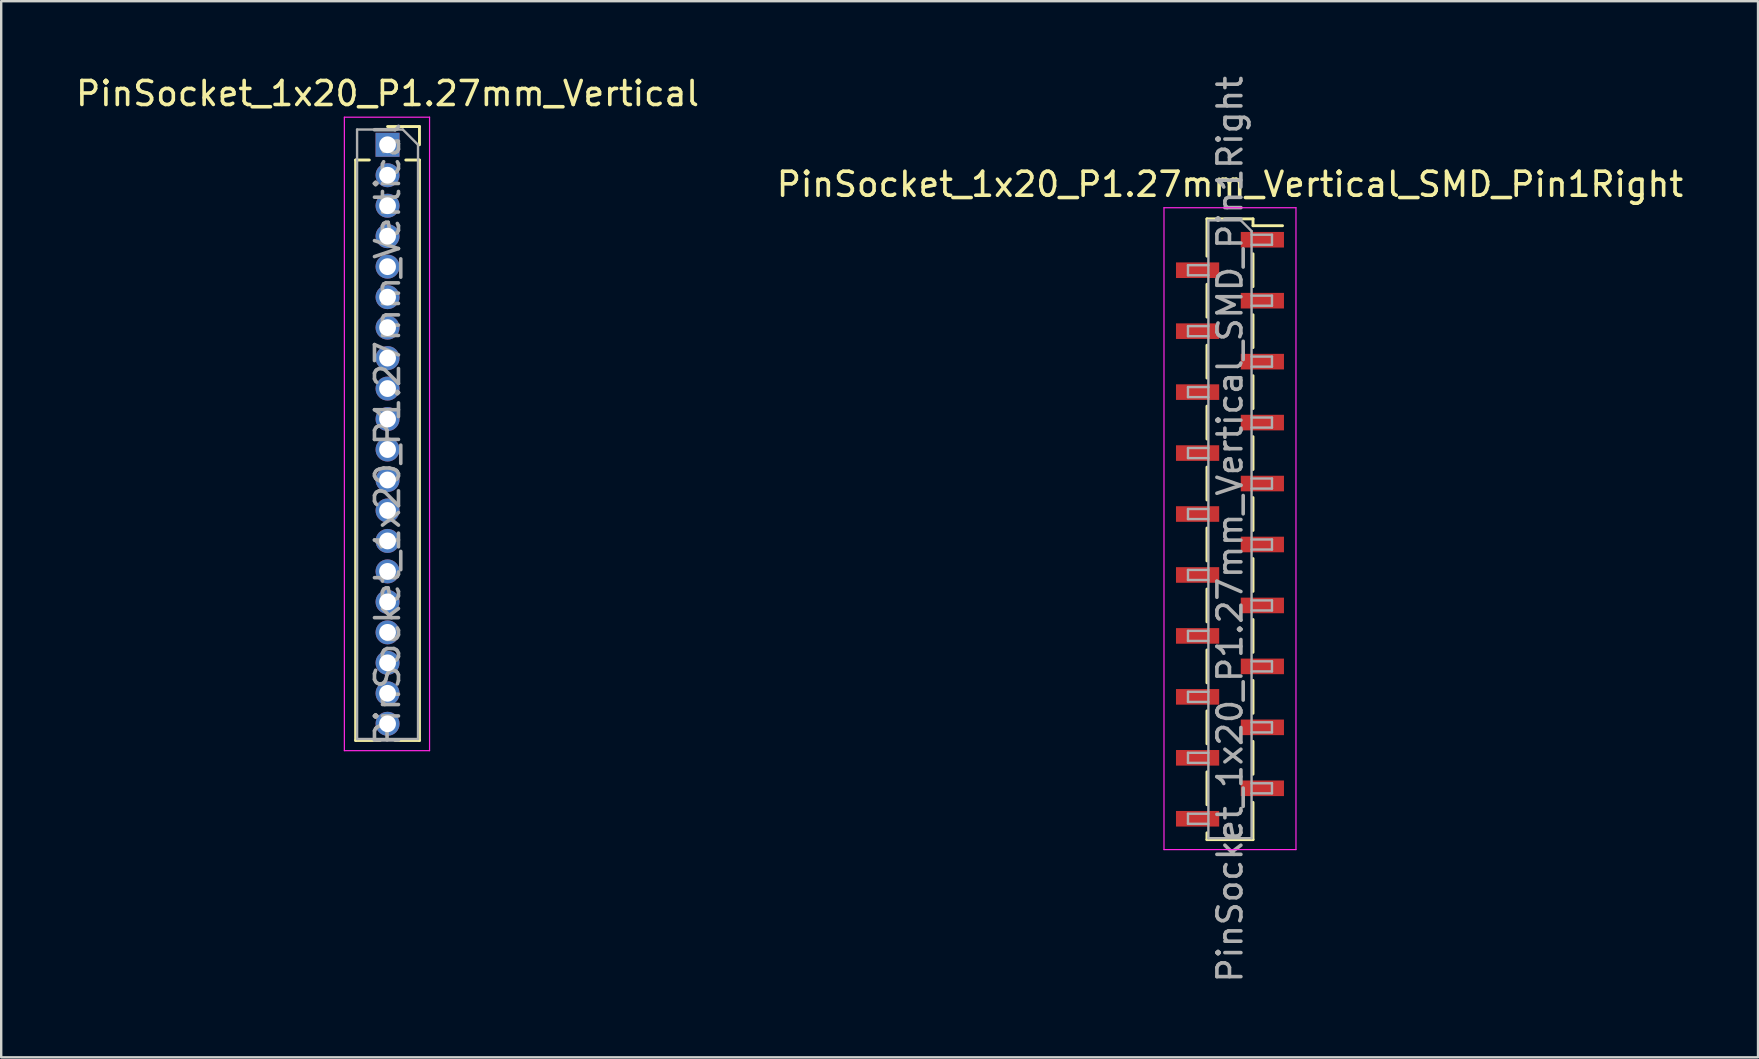
<source format=kicad_pcb>
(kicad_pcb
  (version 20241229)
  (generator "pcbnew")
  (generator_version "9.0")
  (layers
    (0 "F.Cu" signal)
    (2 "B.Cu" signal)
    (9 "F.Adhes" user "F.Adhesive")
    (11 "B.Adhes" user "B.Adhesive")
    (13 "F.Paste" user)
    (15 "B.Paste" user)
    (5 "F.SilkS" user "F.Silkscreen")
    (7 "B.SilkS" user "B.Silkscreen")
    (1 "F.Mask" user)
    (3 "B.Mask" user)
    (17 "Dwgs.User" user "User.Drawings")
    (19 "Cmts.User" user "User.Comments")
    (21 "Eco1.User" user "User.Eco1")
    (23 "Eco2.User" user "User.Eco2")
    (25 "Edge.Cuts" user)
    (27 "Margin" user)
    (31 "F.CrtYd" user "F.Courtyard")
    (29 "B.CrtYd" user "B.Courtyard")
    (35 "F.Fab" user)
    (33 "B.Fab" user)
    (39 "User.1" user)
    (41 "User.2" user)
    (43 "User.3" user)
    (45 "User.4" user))
  (footprint "PinSocket_1x20_P1.27mm_Vertical"
    (layer "F.Cu")
    (at 13.101 2.983)
    (property "Reference" "PinSocket_1x20_P1.27mm_Vertical" (at 0 -2.135 0) (layer "F.SilkS") (effects (font (size 1 1) (thickness 0.15))))
    (attr through_hole)
    (fp_line (start -1.33 0.635) (end -1.33 24.825) (stroke (width 0.12) (type solid)) (layer "F.SilkS"))
    (fp_line (start -1.33 0.635) (end -0.76 0.635) (stroke (width 0.12) (type solid)) (layer "F.SilkS"))
    (fp_line (start -1.33 24.825) (end -0.308 24.825) (stroke (width 0.12) (type solid)) (layer "F.SilkS"))
    (fp_line (start 0 -0.76) (end 1.33 -0.76) (stroke (width 0.12) (type solid)) (layer "F.SilkS"))
    (fp_line (start 0.308 24.825) (end 1.33 24.825) (stroke (width 0.12) (type solid)) (layer "F.SilkS"))
    (fp_line (start 0.76 0.635) (end 1.33 0.635) (stroke (width 0.12) (type solid)) (layer "F.SilkS"))
    (fp_line (start 1.33 -0.76) (end 1.33 0) (stroke (width 0.12) (type solid)) (layer "F.SilkS"))
    (fp_line (start 1.33 0.635) (end 1.33 24.825) (stroke (width 0.12) (type solid)) (layer "F.SilkS"))
    (fp_line (start -1.8 -1.15) (end 1.75 -1.15) (stroke (width 0.05) (type solid)) (layer "F.CrtYd"))
    (fp_line (start -1.8 25.25) (end -1.8 -1.15) (stroke (width 0.05) (type solid)) (layer "F.CrtYd"))
    (fp_line (start 1.75 -1.15) (end 1.75 25.25) (stroke (width 0.05) (type solid)) (layer "F.CrtYd"))
    (fp_line (start 1.75 25.25) (end -1.8 25.25) (stroke (width 0.05) (type solid)) (layer "F.CrtYd"))
    (fp_line (start -1.27 -0.635) (end 0.635 -0.635) (stroke (width 0.1) (type solid)) (layer "F.Fab"))
    (fp_line (start -1.27 24.765) (end -1.27 -0.635) (stroke (width 0.1) (type solid)) (layer "F.Fab"))
    (fp_line (start 0.635 -0.635) (end 1.27 0) (stroke (width 0.1) (type solid)) (layer "F.Fab"))
    (fp_line (start 1.27 0) (end 1.27 24.765) (stroke (width 0.1) (type solid)) (layer "F.Fab"))
    (fp_line (start 1.27 24.765) (end -1.27 24.765) (stroke (width 0.1) (type solid)) (layer "F.Fab"))
    (fp_text user "${REFERENCE}" (at 0 12.065 90) (layer "F.Fab") (effects (font (size 1 1) (thickness 0.15))))
    (pad "1" thru_hole rect (at 0 0) (size 1 1) (drill 0.7) (layers "*.Cu" "*.Mask"))
    (pad "2" thru_hole circle (at 0 1.27) (size 1 1) (drill 0.7) (layers "*.Cu" "*.Mask"))
    (pad "3" thru_hole circle (at 0 2.54) (size 1 1) (drill 0.7) (layers "*.Cu" "*.Mask"))
    (pad "4" thru_hole circle (at 0 3.81) (size 1 1) (drill 0.7) (layers "*.Cu" "*.Mask"))
    (pad "5" thru_hole circle (at 0 5.08) (size 1 1) (drill 0.7) (layers "*.Cu" "*.Mask"))
    (pad "6" thru_hole circle (at 0 6.35) (size 1 1) (drill 0.7) (layers "*.Cu" "*.Mask"))
    (pad "7" thru_hole circle (at 0 7.62) (size 1 1) (drill 0.7) (layers "*.Cu" "*.Mask"))
    (pad "8" thru_hole circle (at 0 8.89) (size 1 1) (drill 0.7) (layers "*.Cu" "*.Mask"))
    (pad "9" thru_hole circle (at 0 10.16) (size 1 1) (drill 0.7) (layers "*.Cu" "*.Mask"))
    (pad "10" thru_hole circle (at 0 11.43) (size 1 1) (drill 0.7) (layers "*.Cu" "*.Mask"))
    (pad "11" thru_hole circle (at 0 12.7) (size 1 1) (drill 0.7) (layers "*.Cu" "*.Mask"))
    (pad "12" thru_hole circle (at 0 13.97) (size 1 1) (drill 0.7) (layers "*.Cu" "*.Mask"))
    (pad "13" thru_hole circle (at 0 15.24) (size 1 1) (drill 0.7) (layers "*.Cu" "*.Mask"))
    (pad "14" thru_hole circle (at 0 16.51) (size 1 1) (drill 0.7) (layers "*.Cu" "*.Mask"))
    (pad "15" thru_hole circle (at 0 17.78) (size 1 1) (drill 0.7) (layers "*.Cu" "*.Mask"))
    (pad "16" thru_hole circle (at 0 19.05) (size 1 1) (drill 0.7) (layers "*.Cu" "*.Mask"))
    (pad "17" thru_hole circle (at 0 20.32) (size 1 1) (drill 0.7) (layers "*.Cu" "*.Mask"))
    (pad "18" thru_hole circle (at 0 21.59) (size 1 1) (drill 0.7) (layers "*.Cu" "*.Mask"))
    (pad "19" thru_hole circle (at 0 22.86) (size 1 1) (drill 0.7) (layers "*.Cu" "*.Mask"))
    (pad "20" thru_hole circle (at 0 24.13) (size 1 1) (drill 0.7) (layers "*.Cu" "*.Mask")))
  (footprint "PinSocket_1x20_P1.27mm_Vertical_SMD_Pin1Right"
    (layer "F.Cu")
    (at 48.208 19.006)
    (property "Reference" "PinSocket_1x20_P1.27mm_Vertical_SMD_Pin1Right" (at 0 -14.375 0) (layer "F.SilkS") (effects (font (size 1 1) (thickness 0.15))))
    (attr smd)
    (fp_line (start -0.96 -12.935) (end -0.96 -11.38) (stroke (width 0.12) (type solid)) (layer "F.SilkS"))
    (fp_line (start -0.96 -12.935) (end 0.96 -12.935) (stroke (width 0.12) (type solid)) (layer "F.SilkS"))
    (fp_line (start -0.96 -10.21) (end -0.96 -8.84) (stroke (width 0.12) (type solid)) (layer "F.SilkS"))
    (fp_line (start -0.96 -7.67) (end -0.96 -6.3) (stroke (width 0.12) (type solid)) (layer "F.SilkS"))
    (fp_line (start -0.96 -5.13) (end -0.96 -3.76) (stroke (width 0.12) (type solid)) (layer "F.SilkS"))
    (fp_line (start -0.96 -2.59) (end -0.96 -1.22) (stroke (width 0.12) (type solid)) (layer "F.SilkS"))
    (fp_line (start -0.96 -0.05) (end -0.96 1.32) (stroke (width 0.12) (type solid)) (layer "F.SilkS"))
    (fp_line (start -0.96 2.49) (end -0.96 3.86) (stroke (width 0.12) (type solid)) (layer "F.SilkS"))
    (fp_line (start -0.96 5.03) (end -0.96 6.4) (stroke (width 0.12) (type solid)) (layer "F.SilkS"))
    (fp_line (start -0.96 7.57) (end -0.96 8.94) (stroke (width 0.12) (type solid)) (layer "F.SilkS"))
    (fp_line (start -0.96 10.11) (end -0.96 11.48) (stroke (width 0.12) (type solid)) (layer "F.SilkS"))
    (fp_line (start -0.96 12.65) (end -0.96 12.935) (stroke (width 0.12) (type solid)) (layer "F.SilkS"))
    (fp_line (start -0.96 12.935) (end 0.96 12.935) (stroke (width 0.12) (type solid)) (layer "F.SilkS"))
    (fp_line (start 0.96 -12.935) (end 0.96 -12.65) (stroke (width 0.12) (type solid)) (layer "F.SilkS"))
    (fp_line (start 0.96 -12.65) (end 2.19 -12.65) (stroke (width 0.12) (type solid)) (layer "F.SilkS"))
    (fp_line (start 0.96 -11.48) (end 0.96 -10.11) (stroke (width 0.12) (type solid)) (layer "F.SilkS"))
    (fp_line (start 0.96 -8.94) (end 0.96 -7.57) (stroke (width 0.12) (type solid)) (layer "F.SilkS"))
    (fp_line (start 0.96 -6.4) (end 0.96 -5.03) (stroke (width 0.12) (type solid)) (layer "F.SilkS"))
    (fp_line (start 0.96 -3.86) (end 0.96 -2.49) (stroke (width 0.12) (type solid)) (layer "F.SilkS"))
    (fp_line (start 0.96 -1.32) (end 0.96 0.05) (stroke (width 0.12) (type solid)) (layer "F.SilkS"))
    (fp_line (start 0.96 1.22) (end 0.96 2.59) (stroke (width 0.12) (type solid)) (layer "F.SilkS"))
    (fp_line (start 0.96 3.76) (end 0.96 5.13) (stroke (width 0.12) (type solid)) (layer "F.SilkS"))
    (fp_line (start 0.96 6.3) (end 0.96 7.67) (stroke (width 0.12) (type solid)) (layer "F.SilkS"))
    (fp_line (start 0.96 8.84) (end 0.96 10.21) (stroke (width 0.12) (type solid)) (layer "F.SilkS"))
    (fp_line (start 0.96 11.38) (end 0.96 12.935) (stroke (width 0.12) (type solid)) (layer "F.SilkS"))
    (fp_line (start -2.75 -13.4) (end 2.75 -13.4) (stroke (width 0.05) (type solid)) (layer "F.CrtYd"))
    (fp_line (start -2.75 13.35) (end -2.75 -13.4) (stroke (width 0.05) (type solid)) (layer "F.CrtYd"))
    (fp_line (start 2.75 -13.4) (end 2.75 13.35) (stroke (width 0.05) (type solid)) (layer "F.CrtYd"))
    (fp_line (start 2.75 13.35) (end -2.75 13.35) (stroke (width 0.05) (type solid)) (layer "F.CrtYd"))
    (fp_line (start -1.75 -11.005) (end -0.9 -11.005) (stroke (width 0.1) (type solid)) (layer "F.Fab"))
    (fp_line (start -1.75 -10.585) (end -1.75 -11.005) (stroke (width 0.1) (type solid)) (layer "F.Fab"))
    (fp_line (start -1.75 -8.465) (end -0.9 -8.465) (stroke (width 0.1) (type solid)) (layer "F.Fab"))
    (fp_line (start -1.75 -8.045) (end -1.75 -8.465) (stroke (width 0.1) (type solid)) (layer "F.Fab"))
    (fp_line (start -1.75 -5.925) (end -0.9 -5.925) (stroke (width 0.1) (type solid)) (layer "F.Fab"))
    (fp_line (start -1.75 -5.505) (end -1.75 -5.925) (stroke (width 0.1) (type solid)) (layer "F.Fab"))
    (fp_line (start -1.75 -3.385) (end -0.9 -3.385) (stroke (width 0.1) (type solid)) (layer "F.Fab"))
    (fp_line (start -1.75 -2.965) (end -1.75 -3.385) (stroke (width 0.1) (type solid)) (layer "F.Fab"))
    (fp_line (start -1.75 -0.845) (end -0.9 -0.845) (stroke (width 0.1) (type solid)) (layer "F.Fab"))
    (fp_line (start -1.75 -0.425) (end -1.75 -0.845) (stroke (width 0.1) (type solid)) (layer "F.Fab"))
    (fp_line (start -1.75 1.695) (end -0.9 1.695) (stroke (width 0.1) (type solid)) (layer "F.Fab"))
    (fp_line (start -1.75 2.115) (end -1.75 1.695) (stroke (width 0.1) (type solid)) (layer "F.Fab"))
    (fp_line (start -1.75 4.235) (end -0.9 4.235) (stroke (width 0.1) (type solid)) (layer "F.Fab"))
    (fp_line (start -1.75 4.655) (end -1.75 4.235) (stroke (width 0.1) (type solid)) (layer "F.Fab"))
    (fp_line (start -1.75 6.775) (end -0.9 6.775) (stroke (width 0.1) (type solid)) (layer "F.Fab"))
    (fp_line (start -1.75 7.195) (end -1.75 6.775) (stroke (width 0.1) (type solid)) (layer "F.Fab"))
    (fp_line (start -1.75 9.315) (end -0.9 9.315) (stroke (width 0.1) (type solid)) (layer "F.Fab"))
    (fp_line (start -1.75 9.735) (end -1.75 9.315) (stroke (width 0.1) (type solid)) (layer "F.Fab"))
    (fp_line (start -1.75 11.855) (end -0.9 11.855) (stroke (width 0.1) (type solid)) (layer "F.Fab"))
    (fp_line (start -1.75 12.275) (end -1.75 11.855) (stroke (width 0.1) (type solid)) (layer "F.Fab"))
    (fp_line (start -0.9 -12.875) (end 0.45 -12.875) (stroke (width 0.1) (type solid)) (layer "F.Fab"))
    (fp_line (start -0.9 -10.585) (end -1.75 -10.585) (stroke (width 0.1) (type solid)) (layer "F.Fab"))
    (fp_line (start -0.9 -8.045) (end -1.75 -8.045) (stroke (width 0.1) (type solid)) (layer "F.Fab"))
    (fp_line (start -0.9 -5.505) (end -1.75 -5.505) (stroke (width 0.1) (type solid)) (layer "F.Fab"))
    (fp_line (start -0.9 -2.965) (end -1.75 -2.965) (stroke (width 0.1) (type solid)) (layer "F.Fab"))
    (fp_line (start -0.9 -0.425) (end -1.75 -0.425) (stroke (width 0.1) (type solid)) (layer "F.Fab"))
    (fp_line (start -0.9 2.115) (end -1.75 2.115) (stroke (width 0.1) (type solid)) (layer "F.Fab"))
    (fp_line (start -0.9 4.655) (end -1.75 4.655) (stroke (width 0.1) (type solid)) (layer "F.Fab"))
    (fp_line (start -0.9 7.195) (end -1.75 7.195) (stroke (width 0.1) (type solid)) (layer "F.Fab"))
    (fp_line (start -0.9 9.735) (end -1.75 9.735) (stroke (width 0.1) (type solid)) (layer "F.Fab"))
    (fp_line (start -0.9 12.275) (end -1.75 12.275) (stroke (width 0.1) (type solid)) (layer "F.Fab"))
    (fp_line (start -0.9 12.875) (end -0.9 -12.875) (stroke (width 0.1) (type solid)) (layer "F.Fab"))
    (fp_line (start 0.45 -12.875) (end 0.9 -12.425) (stroke (width 0.1) (type solid)) (layer "F.Fab"))
    (fp_line (start 0.9 -12.425) (end 0.9 12.875) (stroke (width 0.1) (type solid)) (layer "F.Fab"))
    (fp_line (start 0.9 -12.275) (end 1.75 -12.275) (stroke (width 0.1) (type solid)) (layer "F.Fab"))
    (fp_line (start 0.9 -9.735) (end 1.75 -9.735) (stroke (width 0.1) (type solid)) (layer "F.Fab"))
    (fp_line (start 0.9 -7.195) (end 1.75 -7.195) (stroke (width 0.1) (type solid)) (layer "F.Fab"))
    (fp_line (start 0.9 -4.655) (end 1.75 -4.655) (stroke (width 0.1) (type solid)) (layer "F.Fab"))
    (fp_line (start 0.9 -2.115) (end 1.75 -2.115) (stroke (width 0.1) (type solid)) (layer "F.Fab"))
    (fp_line (start 0.9 0.425) (end 1.75 0.425) (stroke (width 0.1) (type solid)) (layer "F.Fab"))
    (fp_line (start 0.9 2.965) (end 1.75 2.965) (stroke (width 0.1) (type solid)) (layer "F.Fab"))
    (fp_line (start 0.9 5.505) (end 1.75 5.505) (stroke (width 0.1) (type solid)) (layer "F.Fab"))
    (fp_line (start 0.9 8.045) (end 1.75 8.045) (stroke (width 0.1) (type solid)) (layer "F.Fab"))
    (fp_line (start 0.9 10.585) (end 1.75 10.585) (stroke (width 0.1) (type solid)) (layer "F.Fab"))
    (fp_line (start 0.9 12.875) (end -0.9 12.875) (stroke (width 0.1) (type solid)) (layer "F.Fab"))
    (fp_line (start 1.75 -12.275) (end 1.75 -11.855) (stroke (width 0.1) (type solid)) (layer "F.Fab"))
    (fp_line (start 1.75 -11.855) (end 0.9 -11.855) (stroke (width 0.1) (type solid)) (layer "F.Fab"))
    (fp_line (start 1.75 -9.735) (end 1.75 -9.315) (stroke (width 0.1) (type solid)) (layer "F.Fab"))
    (fp_line (start 1.75 -9.315) (end 0.9 -9.315) (stroke (width 0.1) (type solid)) (layer "F.Fab"))
    (fp_line (start 1.75 -7.195) (end 1.75 -6.775) (stroke (width 0.1) (type solid)) (layer "F.Fab"))
    (fp_line (start 1.75 -6.775) (end 0.9 -6.775) (stroke (width 0.1) (type solid)) (layer "F.Fab"))
    (fp_line (start 1.75 -4.655) (end 1.75 -4.235) (stroke (width 0.1) (type solid)) (layer "F.Fab"))
    (fp_line (start 1.75 -4.235) (end 0.9 -4.235) (stroke (width 0.1) (type solid)) (layer "F.Fab"))
    (fp_line (start 1.75 -2.115) (end 1.75 -1.695) (stroke (width 0.1) (type solid)) (layer "F.Fab"))
    (fp_line (start 1.75 -1.695) (end 0.9 -1.695) (stroke (width 0.1) (type solid)) (layer "F.Fab"))
    (fp_line (start 1.75 0.425) (end 1.75 0.845) (stroke (width 0.1) (type solid)) (layer "F.Fab"))
    (fp_line (start 1.75 0.845) (end 0.9 0.845) (stroke (width 0.1) (type solid)) (layer "F.Fab"))
    (fp_line (start 1.75 2.965) (end 1.75 3.385) (stroke (width 0.1) (type solid)) (layer "F.Fab"))
    (fp_line (start 1.75 3.385) (end 0.9 3.385) (stroke (width 0.1) (type solid)) (layer "F.Fab"))
    (fp_line (start 1.75 5.505) (end 1.75 5.925) (stroke (width 0.1) (type solid)) (layer "F.Fab"))
    (fp_line (start 1.75 5.925) (end 0.9 5.925) (stroke (width 0.1) (type solid)) (layer "F.Fab"))
    (fp_line (start 1.75 8.045) (end 1.75 8.465) (stroke (width 0.1) (type solid)) (layer "F.Fab"))
    (fp_line (start 1.75 8.465) (end 0.9 8.465) (stroke (width 0.1) (type solid)) (layer "F.Fab"))
    (fp_line (start 1.75 10.585) (end 1.75 11.005) (stroke (width 0.1) (type solid)) (layer "F.Fab"))
    (fp_line (start 1.75 11.005) (end 0.9 11.005) (stroke (width 0.1) (type solid)) (layer "F.Fab"))
    (fp_text user "${REFERENCE}" (at 0 0 90) (layer "F.Fab") (effects (font (size 1 1) (thickness 0.15))))
    (pad "1" smd rect (at 1.35 -12.065) (size 1.8 0.65) (layers "F.Cu" "F.Mask" "F.Paste"))
    (pad "2" smd rect (at -1.35 -10.795) (size 1.8 0.65) (layers "F.Cu" "F.Mask" "F.Paste"))
    (pad "3" smd rect (at 1.35 -9.525) (size 1.8 0.65) (layers "F.Cu" "F.Mask" "F.Paste"))
    (pad "4" smd rect (at -1.35 -8.255) (size 1.8 0.65) (layers "F.Cu" "F.Mask" "F.Paste"))
    (pad "5" smd rect (at 1.35 -6.985) (size 1.8 0.65) (layers "F.Cu" "F.Mask" "F.Paste"))
    (pad "6" smd rect (at -1.35 -5.715) (size 1.8 0.65) (layers "F.Cu" "F.Mask" "F.Paste"))
    (pad "7" smd rect (at 1.35 -4.445) (size 1.8 0.65) (layers "F.Cu" "F.Mask" "F.Paste"))
    (pad "8" smd rect (at -1.35 -3.175) (size 1.8 0.65) (layers "F.Cu" "F.Mask" "F.Paste"))
    (pad "9" smd rect (at 1.35 -1.905) (size 1.8 0.65) (layers "F.Cu" "F.Mask" "F.Paste"))
    (pad "10" smd rect (at -1.35 -0.635) (size 1.8 0.65) (layers "F.Cu" "F.Mask" "F.Paste"))
    (pad "11" smd rect (at 1.35 0.635) (size 1.8 0.65) (layers "F.Cu" "F.Mask" "F.Paste"))
    (pad "12" smd rect (at -1.35 1.905) (size 1.8 0.65) (layers "F.Cu" "F.Mask" "F.Paste"))
    (pad "13" smd rect (at 1.35 3.175) (size 1.8 0.65) (layers "F.Cu" "F.Mask" "F.Paste"))
    (pad "14" smd rect (at -1.35 4.445) (size 1.8 0.65) (layers "F.Cu" "F.Mask" "F.Paste"))
    (pad "15" smd rect (at 1.35 5.715) (size 1.8 0.65) (layers "F.Cu" "F.Mask" "F.Paste"))
    (pad "16" smd rect (at -1.35 6.985) (size 1.8 0.65) (layers "F.Cu" "F.Mask" "F.Paste"))
    (pad "17" smd rect (at 1.35 8.255) (size 1.8 0.65) (layers "F.Cu" "F.Mask" "F.Paste"))
    (pad "18" smd rect (at -1.35 9.525) (size 1.8 0.65) (layers "F.Cu" "F.Mask" "F.Paste"))
    (pad "19" smd rect (at 1.35 10.795) (size 1.8 0.65) (layers "F.Cu" "F.Mask" "F.Paste"))
    (pad "20" smd rect (at -1.35 12.065) (size 1.8 0.65) (layers "F.Cu" "F.Mask" "F.Paste")))
  (gr_rect
    (start -3 -3)
    (end 70.214 41.012)
    (stroke (width 0.1) (type default))
    (fill no)
    (layer "Edge.Cuts")))
</source>
